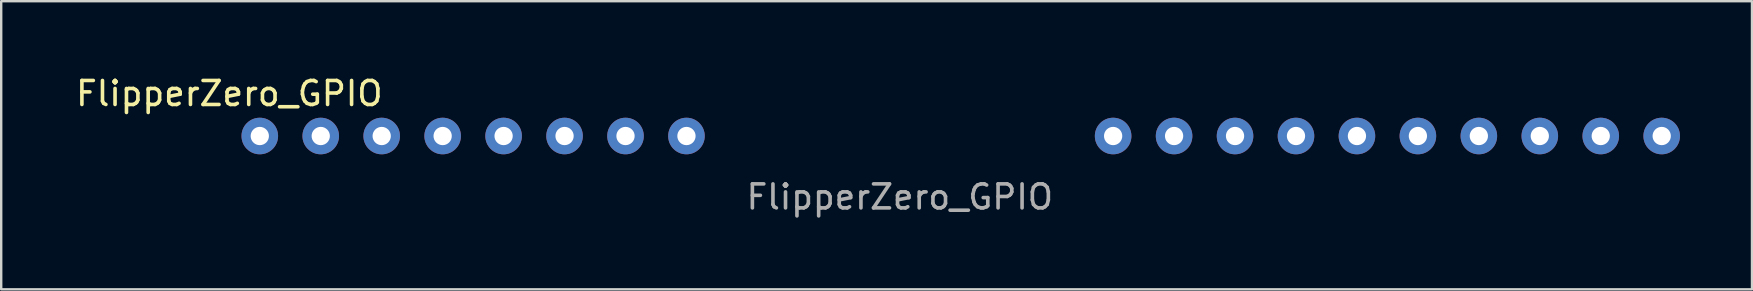
<source format=kicad_pcb>
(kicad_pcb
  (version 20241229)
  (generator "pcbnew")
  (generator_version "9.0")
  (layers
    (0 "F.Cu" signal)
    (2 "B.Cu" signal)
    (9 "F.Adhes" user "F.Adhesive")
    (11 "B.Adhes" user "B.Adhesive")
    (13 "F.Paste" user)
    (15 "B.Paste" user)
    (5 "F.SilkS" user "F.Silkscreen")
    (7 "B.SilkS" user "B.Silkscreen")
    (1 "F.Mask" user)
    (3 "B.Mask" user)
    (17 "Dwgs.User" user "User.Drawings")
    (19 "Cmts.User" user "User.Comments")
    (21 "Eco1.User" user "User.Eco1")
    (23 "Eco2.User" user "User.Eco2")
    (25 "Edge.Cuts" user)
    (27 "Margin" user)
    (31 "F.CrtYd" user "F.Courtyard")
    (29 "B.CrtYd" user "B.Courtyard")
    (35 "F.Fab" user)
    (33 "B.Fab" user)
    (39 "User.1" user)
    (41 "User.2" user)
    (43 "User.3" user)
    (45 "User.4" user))
  (footprint "FlipperZero_GPIO"
    (layer "F.Cu")
    (at 6.506 1.348)
    (property "Reference" "FlipperZero_GPIO" (at 0 -0.5 0) (unlocked yes) (layer "F.SilkS") (effects (font (size 1 1) (thickness 0.15))))
    (attr through_hole)
    (fp_text user "${REFERENCE}" (at 27.94 3.81 0) (unlocked yes) (layer "F.Fab") (effects (font (size 1 1) (thickness 0.15))))
    (pad "1" thru_hole circle (at 1.27 1.27) (size 1.524 1.524) (drill 0.762) (layers "*.Cu" "*.Mask"))
    (pad "2" thru_hole circle (at 3.81 1.27) (size 1.524 1.524) (drill 0.762) (layers "*.Cu" "*.Mask"))
    (pad "3" thru_hole circle (at 6.35 1.27) (size 1.524 1.524) (drill 0.762) (layers "*.Cu" "*.Mask"))
    (pad "4" thru_hole circle (at 8.89 1.27) (size 1.524 1.524) (drill 0.762) (layers "*.Cu" "*.Mask"))
    (pad "5" thru_hole circle (at 11.43 1.27) (size 1.524 1.524) (drill 0.762) (layers "*.Cu" "*.Mask"))
    (pad "6" thru_hole circle (at 13.97 1.27) (size 1.524 1.524) (drill 0.762) (layers "*.Cu" "*.Mask"))
    (pad "7" thru_hole circle (at 16.51 1.27) (size 1.524 1.524) (drill 0.762) (layers "*.Cu" "*.Mask"))
    (pad "8" thru_hole circle (at 19.05 1.27) (size 1.524 1.524) (drill 0.762) (layers "*.Cu" "*.Mask"))
    (pad "9" thru_hole circle (at 36.83 1.27) (size 1.524 1.524) (drill 0.762) (layers "*.Cu" "*.Mask"))
    (pad "10" thru_hole circle (at 39.37 1.27) (size 1.524 1.524) (drill 0.762) (layers "*.Cu" "*.Mask"))
    (pad "11" thru_hole circle (at 41.91 1.27) (size 1.524 1.524) (drill 0.762) (layers "*.Cu" "*.Mask"))
    (pad "12" thru_hole circle (at 44.45 1.27) (size 1.524 1.524) (drill 0.762) (layers "*.Cu" "*.Mask"))
    (pad "13" thru_hole circle (at 46.99 1.27) (size 1.524 1.524) (drill 0.762) (layers "*.Cu" "*.Mask"))
    (pad "14" thru_hole circle (at 49.53 1.27) (size 1.524 1.524) (drill 0.762) (layers "*.Cu" "*.Mask"))
    (pad "15" thru_hole circle (at 52.07 1.27) (size 1.524 1.524) (drill 0.762) (layers "*.Cu" "*.Mask"))
    (pad "16" thru_hole circle (at 54.61 1.27) (size 1.524 1.524) (drill 0.762) (layers "*.Cu" "*.Mask"))
    (pad "17" thru_hole circle (at 57.15 1.27) (size 1.524 1.524) (drill 0.762) (layers "*.Cu" "*.Mask"))
    (pad "18" thru_hole circle (at 59.69 1.27) (size 1.524 1.524) (drill 0.762) (layers "*.Cu" "*.Mask")))
  (gr_rect
    (start -3 -3)
    (end 69.958 9.007)
    (stroke (width 0.1) (type default))
    (fill no)
    (layer "Edge.Cuts")))
</source>
